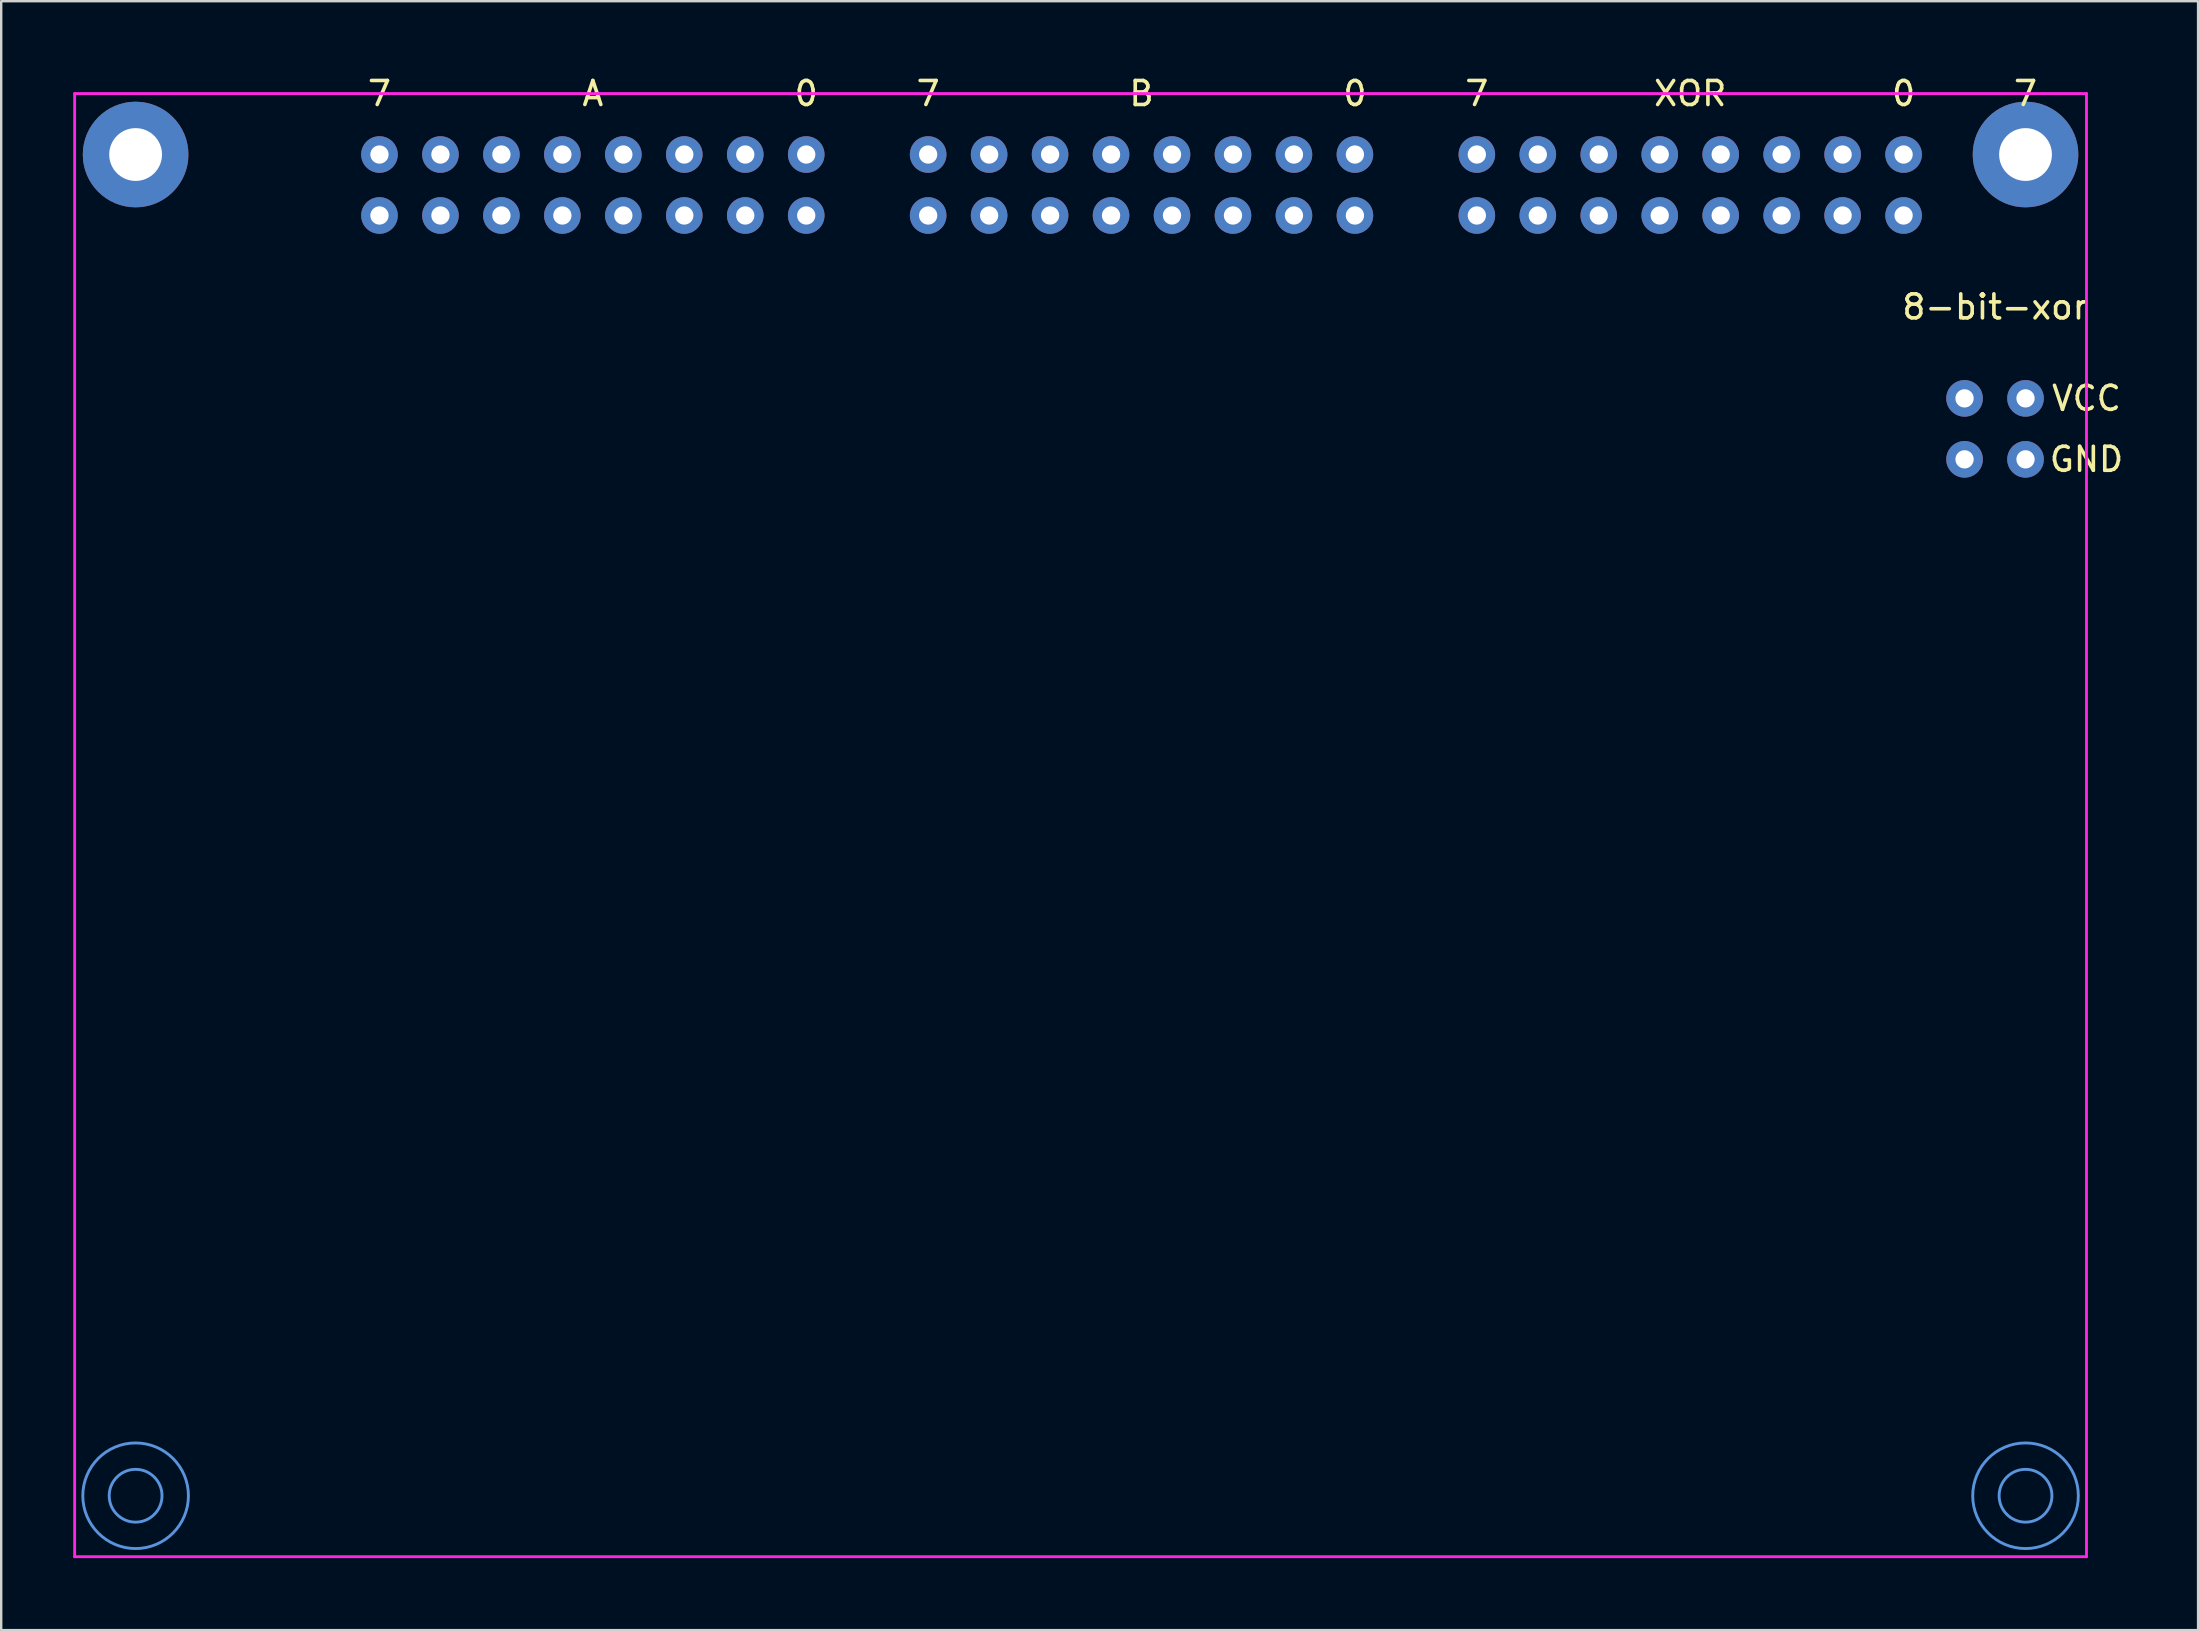
<source format=kicad_pcb>
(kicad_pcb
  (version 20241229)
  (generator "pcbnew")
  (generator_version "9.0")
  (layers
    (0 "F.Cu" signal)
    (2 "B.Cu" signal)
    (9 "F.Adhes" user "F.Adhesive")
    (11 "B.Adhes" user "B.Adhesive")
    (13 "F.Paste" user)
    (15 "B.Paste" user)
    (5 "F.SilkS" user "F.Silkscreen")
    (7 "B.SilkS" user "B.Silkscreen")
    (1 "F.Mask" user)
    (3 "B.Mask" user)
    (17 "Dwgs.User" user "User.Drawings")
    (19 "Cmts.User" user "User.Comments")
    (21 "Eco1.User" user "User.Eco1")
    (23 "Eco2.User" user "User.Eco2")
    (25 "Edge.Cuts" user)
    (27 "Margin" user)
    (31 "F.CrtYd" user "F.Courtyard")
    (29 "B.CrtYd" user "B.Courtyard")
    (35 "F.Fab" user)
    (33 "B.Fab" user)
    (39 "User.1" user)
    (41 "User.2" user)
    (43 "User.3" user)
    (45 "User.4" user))
  (footprint "8-bit-xor"
    (layer "F.Cu")
    (at 12.76 3.388)
    (property "Reference" "8-bit-xor" (at 67.31 6.35 0) (layer "F.SilkS") (effects (font (size 1 1) (thickness 0.15))))
    (attr through_hole)
    (fp_circle (center -10.16 55.88) (end -9.06 55.88) (stroke (width 0.12) (type solid)) (fill no) (layer "Cmts.User"))
    (fp_circle (center -10.16 55.88) (end -7.96 55.88) (stroke (width 0.12) (type solid)) (fill no) (layer "Cmts.User"))
    (fp_circle (center 68.58 55.88) (end 69.68 55.88) (stroke (width 0.12) (type solid)) (fill no) (layer "Cmts.User"))
    (fp_circle (center 68.58 55.88) (end 70.78 55.88) (stroke (width 0.12) (type solid)) (fill no) (layer "Cmts.User"))
    (fp_line (start -12.7 -2.54) (end 71.12 -2.54) (stroke (width 0.12) (type solid)) (layer "F.CrtYd"))
    (fp_line (start -12.7 58.42) (end -12.7 -2.54) (stroke (width 0.12) (type solid)) (layer "F.CrtYd"))
    (fp_line (start 71.12 -2.54) (end 71.12 58.42) (stroke (width 0.12) (type solid)) (layer "F.CrtYd"))
    (fp_line (start 71.12 58.42) (end -12.7 58.42) (stroke (width 0.12) (type solid)) (layer "F.CrtYd"))
    (fp_text user "7" (at 22.86 -2.54 0) (layer "F.SilkS") (effects (font (size 1 1) (thickness 0.15))))
    (fp_text user "GND" (at 71.12 12.7 0) (layer "F.SilkS") (effects (font (size 1 1) (thickness 0.15))))
    (fp_text user "7" (at 0 -2.54 0) (layer "F.SilkS") (effects (font (size 1 1) (thickness 0.15))))
    (fp_text user "VCC" (at 71.12 10.16 0) (layer "F.SilkS") (effects (font (size 1 1) (thickness 0.15))))
    (fp_text user "B" (at 31.75 -2.54 0) (layer "F.SilkS") (effects (font (size 1 1) (thickness 0.15))))
    (fp_text user "0" (at 63.5 -2.54 0) (layer "F.SilkS") (effects (font (size 1 1) (thickness 0.15))))
    (fp_text user "7" (at 68.58 -2.54 0) (layer "F.SilkS") (effects (font (size 1 1) (thickness 0.15))))
    (fp_text user "A" (at 8.89 -2.54 0) (layer "F.SilkS") (effects (font (size 1 1) (thickness 0.15))))
    (fp_text user "7" (at 45.72 -2.54 0) (layer "F.SilkS") (effects (font (size 1 1) (thickness 0.15))))
    (fp_text user "0" (at 40.64 -2.54 0) (layer "F.SilkS") (effects (font (size 1 1) (thickness 0.15))))
    (fp_text user "XOR" (at 54.61 -2.54 0) (layer "F.SilkS") (effects (font (size 1 1) (thickness 0.15))))
    (fp_text user "0" (at 17.78 -2.54 0) (layer "F.SilkS") (effects (font (size 1 1) (thickness 0.15))))
    (pad "" thru_hole circle (at -10.16 0) (size 4.4 4.4) (drill 2.2) (layers "*.Cu" "*.Mask"))
    (pad "" thru_hole circle (at 68.58 0) (size 4.4 4.4) (drill 2.2) (layers "*.Cu" "*.Mask"))
    (pad "1" thru_hole circle (at 0 0) (size 1.524 1.524) (drill 0.762) (layers "*.Cu" "*.Mask"))
    (pad "1" thru_hole circle (at 0 2.54) (size 1.524 1.524) (drill 0.762) (layers "*.Cu" "*.Mask"))
    (pad "2" thru_hole circle (at 2.54 0) (size 1.524 1.524) (drill 0.762) (layers "*.Cu" "*.Mask"))
    (pad "2" thru_hole circle (at 2.54 2.54) (size 1.524 1.524) (drill 0.762) (layers "*.Cu" "*.Mask"))
    (pad "3" thru_hole circle (at 5.08 0) (size 1.524 1.524) (drill 0.762) (layers "*.Cu" "*.Mask"))
    (pad "3" thru_hole circle (at 5.08 2.54) (size 1.524 1.524) (drill 0.762) (layers "*.Cu" "*.Mask"))
    (pad "4" thru_hole circle (at 7.62 0) (size 1.524 1.524) (drill 0.762) (layers "*.Cu" "*.Mask"))
    (pad "4" thru_hole circle (at 7.62 2.54) (size 1.524 1.524) (drill 0.762) (layers "*.Cu" "*.Mask"))
    (pad "5" thru_hole circle (at 10.16 0) (size 1.524 1.524) (drill 0.762) (layers "*.Cu" "*.Mask"))
    (pad "5" thru_hole circle (at 10.16 2.54) (size 1.524 1.524) (drill 0.762) (layers "*.Cu" "*.Mask"))
    (pad "6" thru_hole circle (at 12.7 0) (size 1.524 1.524) (drill 0.762) (layers "*.Cu" "*.Mask"))
    (pad "6" thru_hole circle (at 12.7 2.54) (size 1.524 1.524) (drill 0.762) (layers "*.Cu" "*.Mask"))
    (pad "7" thru_hole circle (at 15.24 0) (size 1.524 1.524) (drill 0.762) (layers "*.Cu" "*.Mask"))
    (pad "7" thru_hole circle (at 15.24 2.54) (size 1.524 1.524) (drill 0.762) (layers "*.Cu" "*.Mask"))
    (pad "8" thru_hole circle (at 17.78 0) (size 1.524 1.524) (drill 0.762) (layers "*.Cu" "*.Mask"))
    (pad "8" thru_hole circle (at 17.78 2.54) (size 1.524 1.524) (drill 0.762) (layers "*.Cu" "*.Mask"))
    (pad "9" thru_hole circle (at 22.86 0) (size 1.524 1.524) (drill 0.762) (layers "*.Cu" "*.Mask"))
    (pad "9" thru_hole circle (at 22.86 2.54) (size 1.524 1.524) (drill 0.762) (layers "*.Cu" "*.Mask"))
    (pad "10" thru_hole circle (at 25.4 0) (size 1.524 1.524) (drill 0.762) (layers "*.Cu" "*.Mask"))
    (pad "10" thru_hole circle (at 25.4 2.54) (size 1.524 1.524) (drill 0.762) (layers "*.Cu" "*.Mask"))
    (pad "11" thru_hole circle (at 27.94 0) (size 1.524 1.524) (drill 0.762) (layers "*.Cu" "*.Mask"))
    (pad "11" thru_hole circle (at 27.94 2.54) (size 1.524 1.524) (drill 0.762) (layers "*.Cu" "*.Mask"))
    (pad "12" thru_hole circle (at 30.48 0) (size 1.524 1.524) (drill 0.762) (layers "*.Cu" "*.Mask"))
    (pad "12" thru_hole circle (at 30.48 2.54) (size 1.524 1.524) (drill 0.762) (layers "*.Cu" "*.Mask"))
    (pad "13" thru_hole circle (at 33.02 0) (size 1.524 1.524) (drill 0.762) (layers "*.Cu" "*.Mask"))
    (pad "13" thru_hole circle (at 33.02 2.54) (size 1.524 1.524) (drill 0.762) (layers "*.Cu" "*.Mask"))
    (pad "14" thru_hole circle (at 35.56 0) (size 1.524 1.524) (drill 0.762) (layers "*.Cu" "*.Mask"))
    (pad "14" thru_hole circle (at 35.56 2.54) (size 1.524 1.524) (drill 0.762) (layers "*.Cu" "*.Mask"))
    (pad "15" thru_hole circle (at 38.1 0) (size 1.524 1.524) (drill 0.762) (layers "*.Cu" "*.Mask"))
    (pad "15" thru_hole circle (at 38.1 2.54) (size 1.524 1.524) (drill 0.762) (layers "*.Cu" "*.Mask"))
    (pad "16" thru_hole circle (at 40.64 0) (size 1.524 1.524) (drill 0.762) (layers "*.Cu" "*.Mask"))
    (pad "16" thru_hole circle (at 40.64 2.54) (size 1.524 1.524) (drill 0.762) (layers "*.Cu" "*.Mask"))
    (pad "17" thru_hole circle (at 45.72 0) (size 1.524 1.524) (drill 0.762) (layers "*.Cu" "*.Mask"))
    (pad "17" thru_hole circle (at 45.72 2.54) (size 1.524 1.524) (drill 0.762) (layers "*.Cu" "*.Mask"))
    (pad "18" thru_hole circle (at 48.26 0) (size 1.524 1.524) (drill 0.762) (layers "*.Cu" "*.Mask"))
    (pad "18" thru_hole circle (at 48.26 2.54) (size 1.524 1.524) (drill 0.762) (layers "*.Cu" "*.Mask"))
    (pad "19" thru_hole circle (at 50.8 0) (size 1.524 1.524) (drill 0.762) (layers "*.Cu" "*.Mask"))
    (pad "19" thru_hole circle (at 50.8 2.54) (size 1.524 1.524) (drill 0.762) (layers "*.Cu" "*.Mask"))
    (pad "20" thru_hole circle (at 53.34 0) (size 1.524 1.524) (drill 0.762) (layers "*.Cu" "*.Mask"))
    (pad "20" thru_hole circle (at 53.34 2.54) (size 1.524 1.524) (drill 0.762) (layers "*.Cu" "*.Mask"))
    (pad "21" thru_hole circle (at 55.88 0) (size 1.524 1.524) (drill 0.762) (layers "*.Cu" "*.Mask"))
    (pad "21" thru_hole circle (at 55.88 2.54) (size 1.524 1.524) (drill 0.762) (layers "*.Cu" "*.Mask"))
    (pad "22" thru_hole circle (at 58.42 0) (size 1.524 1.524) (drill 0.762) (layers "*.Cu" "*.Mask"))
    (pad "22" thru_hole circle (at 58.42 2.54) (size 1.524 1.524) (drill 0.762) (layers "*.Cu" "*.Mask"))
    (pad "23" thru_hole circle (at 60.96 0) (size 1.524 1.524) (drill 0.762) (layers "*.Cu" "*.Mask"))
    (pad "23" thru_hole circle (at 60.96 2.54) (size 1.524 1.524) (drill 0.762) (layers "*.Cu" "*.Mask"))
    (pad "24" thru_hole circle (at 63.5 0) (size 1.524 1.524) (drill 0.762) (layers "*.Cu" "*.Mask"))
    (pad "24" thru_hole circle (at 63.5 2.54) (size 1.524 1.524) (drill 0.762) (layers "*.Cu" "*.Mask"))
    (pad "25" thru_hole circle (at 66.04 10.16 270) (size 1.524 1.524) (drill 0.762) (layers "*.Cu" "*.Mask"))
    (pad "25" thru_hole circle (at 68.58 10.16 270) (size 1.524 1.524) (drill 0.762) (layers "*.Cu" "*.Mask"))
    (pad "26" thru_hole circle (at 66.04 12.7 270) (size 1.524 1.524) (drill 0.762) (layers "*.Cu" "*.Mask"))
    (pad "26" thru_hole circle (at 68.58 12.7 270) (size 1.524 1.524) (drill 0.762) (layers "*.Cu" "*.Mask")))
  (gr_rect
    (start -3 -3)
    (end 88.529 64.868)
    (stroke (width 0.1) (type default))
    (fill no)
    (layer "Edge.Cuts")))
</source>
